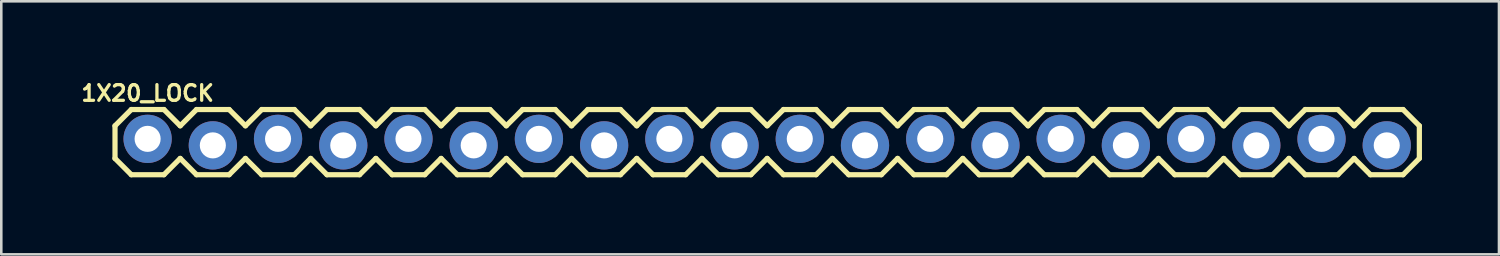
<source format=kicad_pcb>
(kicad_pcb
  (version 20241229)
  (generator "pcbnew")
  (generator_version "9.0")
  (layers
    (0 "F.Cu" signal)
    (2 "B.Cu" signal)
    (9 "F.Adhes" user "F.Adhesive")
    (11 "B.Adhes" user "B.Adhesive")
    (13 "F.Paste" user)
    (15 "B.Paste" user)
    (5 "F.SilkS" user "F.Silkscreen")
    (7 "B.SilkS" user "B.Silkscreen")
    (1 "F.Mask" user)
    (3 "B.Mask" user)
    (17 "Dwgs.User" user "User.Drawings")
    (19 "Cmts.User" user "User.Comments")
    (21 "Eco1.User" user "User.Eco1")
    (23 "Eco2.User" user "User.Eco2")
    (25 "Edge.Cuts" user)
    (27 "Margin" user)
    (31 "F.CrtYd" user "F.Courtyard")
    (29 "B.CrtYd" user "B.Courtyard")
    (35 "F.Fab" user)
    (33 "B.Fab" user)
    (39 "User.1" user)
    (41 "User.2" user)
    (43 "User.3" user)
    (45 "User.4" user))
  (footprint "1X20_LOCK"
    (layer "F.Cu")
    (at 2.699 2.485)
    (property "Reference" "1X20_LOCK" (at 0 -1.905 0) (layer "F.SilkS") (effects (font (size 0.61 0.61) (thickness 0.127))))
    (attr exclude_from_pos_files exclude_from_bom)
    (fp_line (start -1.27 -0.635) (end -1.27 0.635) (stroke (width 0.203) (type solid)) (layer "F.SilkS"))
    (fp_line (start -1.27 0.635) (end -0.635 1.27) (stroke (width 0.203) (type solid)) (layer "F.SilkS"))
    (fp_line (start -0.635 -1.27) (end -1.27 -0.635) (stroke (width 0.203) (type solid)) (layer "F.SilkS"))
    (fp_line (start -0.635 -1.27) (end 0.635 -1.27) (stroke (width 0.203) (type solid)) (layer "F.SilkS"))
    (fp_line (start 0.635 -1.27) (end 1.27 -0.635) (stroke (width 0.203) (type solid)) (layer "F.SilkS"))
    (fp_line (start 0.635 1.27) (end -0.635 1.27) (stroke (width 0.203) (type solid)) (layer "F.SilkS"))
    (fp_line (start 1.27 -0.635) (end 1.905 -1.27) (stroke (width 0.203) (type solid)) (layer "F.SilkS"))
    (fp_line (start 1.27 0.635) (end 0.635 1.27) (stroke (width 0.203) (type solid)) (layer "F.SilkS"))
    (fp_line (start 1.905 -1.27) (end 3.175 -1.27) (stroke (width 0.203) (type solid)) (layer "F.SilkS"))
    (fp_line (start 1.905 1.27) (end 1.27 0.635) (stroke (width 0.203) (type solid)) (layer "F.SilkS"))
    (fp_line (start 3.175 -1.27) (end 3.81 -0.635) (stroke (width 0.203) (type solid)) (layer "F.SilkS"))
    (fp_line (start 3.175 1.27) (end 1.905 1.27) (stroke (width 0.203) (type solid)) (layer "F.SilkS"))
    (fp_line (start 3.81 -0.635) (end 4.445 -1.27) (stroke (width 0.203) (type solid)) (layer "F.SilkS"))
    (fp_line (start 3.81 0.635) (end 3.175 1.27) (stroke (width 0.203) (type solid)) (layer "F.SilkS"))
    (fp_line (start 4.445 -1.27) (end 5.715 -1.27) (stroke (width 0.203) (type solid)) (layer "F.SilkS"))
    (fp_line (start 4.445 1.27) (end 3.81 0.635) (stroke (width 0.203) (type solid)) (layer "F.SilkS"))
    (fp_line (start 5.715 -1.27) (end 6.35 -0.635) (stroke (width 0.203) (type solid)) (layer "F.SilkS"))
    (fp_line (start 5.715 1.27) (end 4.445 1.27) (stroke (width 0.203) (type solid)) (layer "F.SilkS"))
    (fp_line (start 6.35 0.635) (end 5.715 1.27) (stroke (width 0.203) (type solid)) (layer "F.SilkS"))
    (fp_line (start 6.35 0.635) (end 6.985 1.27) (stroke (width 0.203) (type solid)) (layer "F.SilkS"))
    (fp_line (start 6.985 -1.27) (end 6.35 -0.635) (stroke (width 0.203) (type solid)) (layer "F.SilkS"))
    (fp_line (start 6.985 -1.27) (end 8.255 -1.27) (stroke (width 0.203) (type solid)) (layer "F.SilkS"))
    (fp_line (start 8.255 -1.27) (end 8.89 -0.635) (stroke (width 0.203) (type solid)) (layer "F.SilkS"))
    (fp_line (start 8.255 1.27) (end 6.985 1.27) (stroke (width 0.203) (type solid)) (layer "F.SilkS"))
    (fp_line (start 8.89 -0.635) (end 9.525 -1.27) (stroke (width 0.203) (type solid)) (layer "F.SilkS"))
    (fp_line (start 8.89 0.635) (end 8.255 1.27) (stroke (width 0.203) (type solid)) (layer "F.SilkS"))
    (fp_line (start 9.525 -1.27) (end 10.795 -1.27) (stroke (width 0.203) (type solid)) (layer "F.SilkS"))
    (fp_line (start 9.525 1.27) (end 8.89 0.635) (stroke (width 0.203) (type solid)) (layer "F.SilkS"))
    (fp_line (start 10.795 -1.27) (end 11.43 -0.635) (stroke (width 0.203) (type solid)) (layer "F.SilkS"))
    (fp_line (start 10.795 1.27) (end 9.525 1.27) (stroke (width 0.203) (type solid)) (layer "F.SilkS"))
    (fp_line (start 11.43 -0.635) (end 12.065 -1.27) (stroke (width 0.203) (type solid)) (layer "F.SilkS"))
    (fp_line (start 11.43 0.635) (end 10.795 1.27) (stroke (width 0.203) (type solid)) (layer "F.SilkS"))
    (fp_line (start 12.065 -1.27) (end 13.335 -1.27) (stroke (width 0.203) (type solid)) (layer "F.SilkS"))
    (fp_line (start 12.065 1.27) (end 11.43 0.635) (stroke (width 0.203) (type solid)) (layer "F.SilkS"))
    (fp_line (start 13.335 -1.27) (end 13.97 -0.635) (stroke (width 0.203) (type solid)) (layer "F.SilkS"))
    (fp_line (start 13.335 1.27) (end 12.065 1.27) (stroke (width 0.203) (type solid)) (layer "F.SilkS"))
    (fp_line (start 13.97 0.635) (end 13.335 1.27) (stroke (width 0.203) (type solid)) (layer "F.SilkS"))
    (fp_line (start 13.97 0.635) (end 14.605 1.27) (stroke (width 0.203) (type solid)) (layer "F.SilkS"))
    (fp_line (start 14.605 -1.27) (end 13.97 -0.635) (stroke (width 0.203) (type solid)) (layer "F.SilkS"))
    (fp_line (start 14.605 -1.27) (end 15.875 -1.27) (stroke (width 0.203) (type solid)) (layer "F.SilkS"))
    (fp_line (start 15.875 -1.27) (end 16.51 -0.635) (stroke (width 0.203) (type solid)) (layer "F.SilkS"))
    (fp_line (start 15.875 1.27) (end 14.605 1.27) (stroke (width 0.203) (type solid)) (layer "F.SilkS"))
    (fp_line (start 16.51 0.635) (end 15.875 1.27) (stroke (width 0.203) (type solid)) (layer "F.SilkS"))
    (fp_line (start 16.51 0.635) (end 17.145 1.27) (stroke (width 0.203) (type solid)) (layer "F.SilkS"))
    (fp_line (start 17.145 -1.27) (end 16.51 -0.635) (stroke (width 0.203) (type solid)) (layer "F.SilkS"))
    (fp_line (start 17.145 -1.27) (end 18.415 -1.27) (stroke (width 0.203) (type solid)) (layer "F.SilkS"))
    (fp_line (start 18.415 -1.27) (end 19.05 -0.635) (stroke (width 0.203) (type solid)) (layer "F.SilkS"))
    (fp_line (start 18.415 1.27) (end 17.145 1.27) (stroke (width 0.203) (type solid)) (layer "F.SilkS"))
    (fp_line (start 19.05 -0.635) (end 19.685 -1.27) (stroke (width 0.203) (type solid)) (layer "F.SilkS"))
    (fp_line (start 19.05 0.635) (end 18.415 1.27) (stroke (width 0.203) (type solid)) (layer "F.SilkS"))
    (fp_line (start 19.685 -1.27) (end 20.955 -1.27) (stroke (width 0.203) (type solid)) (layer "F.SilkS"))
    (fp_line (start 19.685 1.27) (end 19.05 0.635) (stroke (width 0.203) (type solid)) (layer "F.SilkS"))
    (fp_line (start 20.955 -1.27) (end 21.59 -0.635) (stroke (width 0.203) (type solid)) (layer "F.SilkS"))
    (fp_line (start 20.955 1.27) (end 19.685 1.27) (stroke (width 0.203) (type solid)) (layer "F.SilkS"))
    (fp_line (start 21.59 -0.635) (end 22.225 -1.27) (stroke (width 0.203) (type solid)) (layer "F.SilkS"))
    (fp_line (start 21.59 0.635) (end 20.955 1.27) (stroke (width 0.203) (type solid)) (layer "F.SilkS"))
    (fp_line (start 22.225 -1.27) (end 23.495 -1.27) (stroke (width 0.203) (type solid)) (layer "F.SilkS"))
    (fp_line (start 22.225 1.27) (end 21.59 0.635) (stroke (width 0.203) (type solid)) (layer "F.SilkS"))
    (fp_line (start 23.495 -1.27) (end 24.13 -0.635) (stroke (width 0.203) (type solid)) (layer "F.SilkS"))
    (fp_line (start 23.495 1.27) (end 22.225 1.27) (stroke (width 0.203) (type solid)) (layer "F.SilkS"))
    (fp_line (start 24.13 0.635) (end 23.495 1.27) (stroke (width 0.203) (type solid)) (layer "F.SilkS"))
    (fp_line (start 24.13 0.635) (end 24.765 1.27) (stroke (width 0.203) (type solid)) (layer "F.SilkS"))
    (fp_line (start 24.765 -1.27) (end 24.13 -0.635) (stroke (width 0.203) (type solid)) (layer "F.SilkS"))
    (fp_line (start 24.765 -1.27) (end 26.035 -1.27) (stroke (width 0.203) (type solid)) (layer "F.SilkS"))
    (fp_line (start 26.035 -1.27) (end 26.67 -0.635) (stroke (width 0.203) (type solid)) (layer "F.SilkS"))
    (fp_line (start 26.035 1.27) (end 24.765 1.27) (stroke (width 0.203) (type solid)) (layer "F.SilkS"))
    (fp_line (start 26.67 -0.635) (end 27.305 -1.27) (stroke (width 0.203) (type solid)) (layer "F.SilkS"))
    (fp_line (start 26.67 0.635) (end 26.035 1.27) (stroke (width 0.203) (type solid)) (layer "F.SilkS"))
    (fp_line (start 27.305 -1.27) (end 28.575 -1.27) (stroke (width 0.203) (type solid)) (layer "F.SilkS"))
    (fp_line (start 27.305 1.27) (end 26.67 0.635) (stroke (width 0.203) (type solid)) (layer "F.SilkS"))
    (fp_line (start 28.575 -1.27) (end 29.21 -0.635) (stroke (width 0.203) (type solid)) (layer "F.SilkS"))
    (fp_line (start 28.575 1.27) (end 27.305 1.27) (stroke (width 0.203) (type solid)) (layer "F.SilkS"))
    (fp_line (start 29.21 -0.635) (end 29.845 -1.27) (stroke (width 0.203) (type solid)) (layer "F.SilkS"))
    (fp_line (start 29.21 0.635) (end 28.575 1.27) (stroke (width 0.203) (type solid)) (layer "F.SilkS"))
    (fp_line (start 29.845 -1.27) (end 31.115 -1.27) (stroke (width 0.203) (type solid)) (layer "F.SilkS"))
    (fp_line (start 29.845 1.27) (end 29.21 0.635) (stroke (width 0.203) (type solid)) (layer "F.SilkS"))
    (fp_line (start 31.115 -1.27) (end 31.75 -0.635) (stroke (width 0.203) (type solid)) (layer "F.SilkS"))
    (fp_line (start 31.115 1.27) (end 29.845 1.27) (stroke (width 0.203) (type solid)) (layer "F.SilkS"))
    (fp_line (start 31.75 0.635) (end 31.115 1.27) (stroke (width 0.203) (type solid)) (layer "F.SilkS"))
    (fp_line (start 31.75 0.635) (end 32.385 1.27) (stroke (width 0.203) (type solid)) (layer "F.SilkS"))
    (fp_line (start 32.385 -1.27) (end 31.75 -0.635) (stroke (width 0.203) (type solid)) (layer "F.SilkS"))
    (fp_line (start 32.385 -1.27) (end 33.655 -1.27) (stroke (width 0.203) (type solid)) (layer "F.SilkS"))
    (fp_line (start 33.655 -1.27) (end 34.29 -0.635) (stroke (width 0.203) (type solid)) (layer "F.SilkS"))
    (fp_line (start 33.655 1.27) (end 32.385 1.27) (stroke (width 0.203) (type solid)) (layer "F.SilkS"))
    (fp_line (start 34.29 0.635) (end 33.655 1.27) (stroke (width 0.203) (type solid)) (layer "F.SilkS"))
    (fp_line (start 34.29 0.635) (end 34.925 1.27) (stroke (width 0.203) (type solid)) (layer "F.SilkS"))
    (fp_line (start 34.925 -1.27) (end 34.29 -0.635) (stroke (width 0.203) (type solid)) (layer "F.SilkS"))
    (fp_line (start 34.925 -1.27) (end 36.195 -1.27) (stroke (width 0.203) (type solid)) (layer "F.SilkS"))
    (fp_line (start 36.195 -1.27) (end 36.83 -0.635) (stroke (width 0.203) (type solid)) (layer "F.SilkS"))
    (fp_line (start 36.195 1.27) (end 34.925 1.27) (stroke (width 0.203) (type solid)) (layer "F.SilkS"))
    (fp_line (start 36.83 0.635) (end 36.195 1.27) (stroke (width 0.203) (type solid)) (layer "F.SilkS"))
    (fp_line (start 36.83 0.635) (end 37.465 1.27) (stroke (width 0.203) (type solid)) (layer "F.SilkS"))
    (fp_line (start 37.465 -1.27) (end 36.83 -0.635) (stroke (width 0.203) (type solid)) (layer "F.SilkS"))
    (fp_line (start 37.465 -1.27) (end 38.735 -1.27) (stroke (width 0.203) (type solid)) (layer "F.SilkS"))
    (fp_line (start 38.735 -1.27) (end 39.37 -0.635) (stroke (width 0.203) (type solid)) (layer "F.SilkS"))
    (fp_line (start 38.735 1.27) (end 37.465 1.27) (stroke (width 0.203) (type solid)) (layer "F.SilkS"))
    (fp_line (start 39.37 0.635) (end 38.735 1.27) (stroke (width 0.203) (type solid)) (layer "F.SilkS"))
    (fp_line (start 39.37 0.635) (end 40.005 1.27) (stroke (width 0.203) (type solid)) (layer "F.SilkS"))
    (fp_line (start 40.005 -1.27) (end 39.37 -0.635) (stroke (width 0.203) (type solid)) (layer "F.SilkS"))
    (fp_line (start 40.005 -1.27) (end 41.275 -1.27) (stroke (width 0.203) (type solid)) (layer "F.SilkS"))
    (fp_line (start 41.275 -1.27) (end 41.91 -0.635) (stroke (width 0.203) (type solid)) (layer "F.SilkS"))
    (fp_line (start 41.275 1.27) (end 40.005 1.27) (stroke (width 0.203) (type solid)) (layer "F.SilkS"))
    (fp_line (start 41.91 0.635) (end 41.275 1.27) (stroke (width 0.203) (type solid)) (layer "F.SilkS"))
    (fp_line (start 41.91 0.635) (end 42.545 1.27) (stroke (width 0.203) (type solid)) (layer "F.SilkS"))
    (fp_line (start 42.545 -1.27) (end 41.91 -0.635) (stroke (width 0.203) (type solid)) (layer "F.SilkS"))
    (fp_line (start 42.545 -1.27) (end 43.815 -1.27) (stroke (width 0.203) (type solid)) (layer "F.SilkS"))
    (fp_line (start 43.815 -1.27) (end 44.45 -0.635) (stroke (width 0.203) (type solid)) (layer "F.SilkS"))
    (fp_line (start 43.815 1.27) (end 42.545 1.27) (stroke (width 0.203) (type solid)) (layer "F.SilkS"))
    (fp_line (start 44.45 0.635) (end 43.815 1.27) (stroke (width 0.203) (type solid)) (layer "F.SilkS"))
    (fp_line (start 44.45 0.635) (end 45.085 1.27) (stroke (width 0.203) (type solid)) (layer "F.SilkS"))
    (fp_line (start 45.085 -1.27) (end 44.45 -0.635) (stroke (width 0.203) (type solid)) (layer "F.SilkS"))
    (fp_line (start 45.085 -1.27) (end 46.355 -1.27) (stroke (width 0.203) (type solid)) (layer "F.SilkS"))
    (fp_line (start 46.355 -1.27) (end 46.99 -0.635) (stroke (width 0.203) (type solid)) (layer "F.SilkS"))
    (fp_line (start 46.355 1.27) (end 45.085 1.27) (stroke (width 0.203) (type solid)) (layer "F.SilkS"))
    (fp_line (start 46.99 0.635) (end 46.355 1.27) (stroke (width 0.203) (type solid)) (layer "F.SilkS"))
    (fp_line (start 46.99 0.635) (end 47.625 1.27) (stroke (width 0.203) (type solid)) (layer "F.SilkS"))
    (fp_line (start 47.625 -1.27) (end 46.99 -0.635) (stroke (width 0.203) (type solid)) (layer "F.SilkS"))
    (fp_line (start 47.625 -1.27) (end 48.895 -1.27) (stroke (width 0.203) (type solid)) (layer "F.SilkS"))
    (fp_line (start 48.895 -1.27) (end 49.53 -0.635) (stroke (width 0.203) (type solid)) (layer "F.SilkS"))
    (fp_line (start 48.895 1.27) (end 47.625 1.27) (stroke (width 0.203) (type solid)) (layer "F.SilkS"))
    (fp_line (start 49.53 -0.635) (end 49.53 0.635) (stroke (width 0.203) (type solid)) (layer "F.SilkS"))
    (fp_line (start 49.53 0.635) (end 48.895 1.27) (stroke (width 0.203) (type solid)) (layer "F.SilkS"))
    (pad "1" thru_hole circle (at 0 -0.127) (size 1.88 1.88) (drill 1.016) (layers "*.Cu" "*.Paste" "*.Mask"))
    (pad "2" thru_hole circle (at 2.54 0.127) (size 1.88 1.88) (drill 1.016) (layers "*.Cu" "*.Paste" "*.Mask"))
    (pad "3" thru_hole circle (at 5.08 -0.127) (size 1.88 1.88) (drill 1.016) (layers "*.Cu" "*.Paste" "*.Mask"))
    (pad "4" thru_hole circle (at 7.62 0.127) (size 1.88 1.88) (drill 1.016) (layers "*.Cu" "*.Paste" "*.Mask"))
    (pad "5" thru_hole circle (at 10.16 -0.127) (size 1.88 1.88) (drill 1.016) (layers "*.Cu" "*.Paste" "*.Mask"))
    (pad "6" thru_hole circle (at 12.7 0.127) (size 1.88 1.88) (drill 1.016) (layers "*.Cu" "*.Paste" "*.Mask"))
    (pad "7" thru_hole circle (at 15.24 -0.127) (size 1.88 1.88) (drill 1.016) (layers "*.Cu" "*.Paste" "*.Mask"))
    (pad "8" thru_hole circle (at 17.78 0.127) (size 1.88 1.88) (drill 1.016) (layers "*.Cu" "*.Paste" "*.Mask"))
    (pad "9" thru_hole circle (at 20.32 -0.127) (size 1.88 1.88) (drill 1.016) (layers "*.Cu" "*.Paste" "*.Mask"))
    (pad "10" thru_hole circle (at 22.86 0.127) (size 1.88 1.88) (drill 1.016) (layers "*.Cu" "*.Paste" "*.Mask"))
    (pad "11" thru_hole circle (at 25.4 -0.127) (size 1.88 1.88) (drill 1.016) (layers "*.Cu" "*.Paste" "*.Mask"))
    (pad "12" thru_hole circle (at 27.94 0.127) (size 1.88 1.88) (drill 1.016) (layers "*.Cu" "*.Paste" "*.Mask"))
    (pad "13" thru_hole circle (at 30.48 -0.127) (size 1.88 1.88) (drill 1.016) (layers "*.Cu" "*.Paste" "*.Mask"))
    (pad "14" thru_hole circle (at 33.02 0.127) (size 1.88 1.88) (drill 1.016) (layers "*.Cu" "*.Paste" "*.Mask"))
    (pad "15" thru_hole circle (at 35.56 -0.127) (size 1.88 1.88) (drill 1.016) (layers "*.Cu" "*.Paste" "*.Mask"))
    (pad "16" thru_hole circle (at 38.1 0.127) (size 1.88 1.88) (drill 1.016) (layers "*.Cu" "*.Paste" "*.Mask"))
    (pad "17" thru_hole circle (at 40.64 -0.127) (size 1.88 1.88) (drill 1.016) (layers "*.Cu" "*.Paste" "*.Mask"))
    (pad "18" thru_hole circle (at 43.18 0.127) (size 1.88 1.88) (drill 1.016) (layers "*.Cu" "*.Paste" "*.Mask"))
    (pad "19" thru_hole circle (at 45.72 -0.127) (size 1.88 1.88) (drill 1.016) (layers "*.Cu" "*.Paste" "*.Mask"))
    (pad "20" thru_hole circle (at 48.26 0.127) (size 1.88 1.88) (drill 1.016) (layers "*.Cu" "*.Paste" "*.Mask")))
  (gr_rect
    (start -3 -3)
    (end 55.33 6.856)
    (stroke (width 0.1) (type default))
    (fill no)
    (layer "Edge.Cuts")))
</source>
